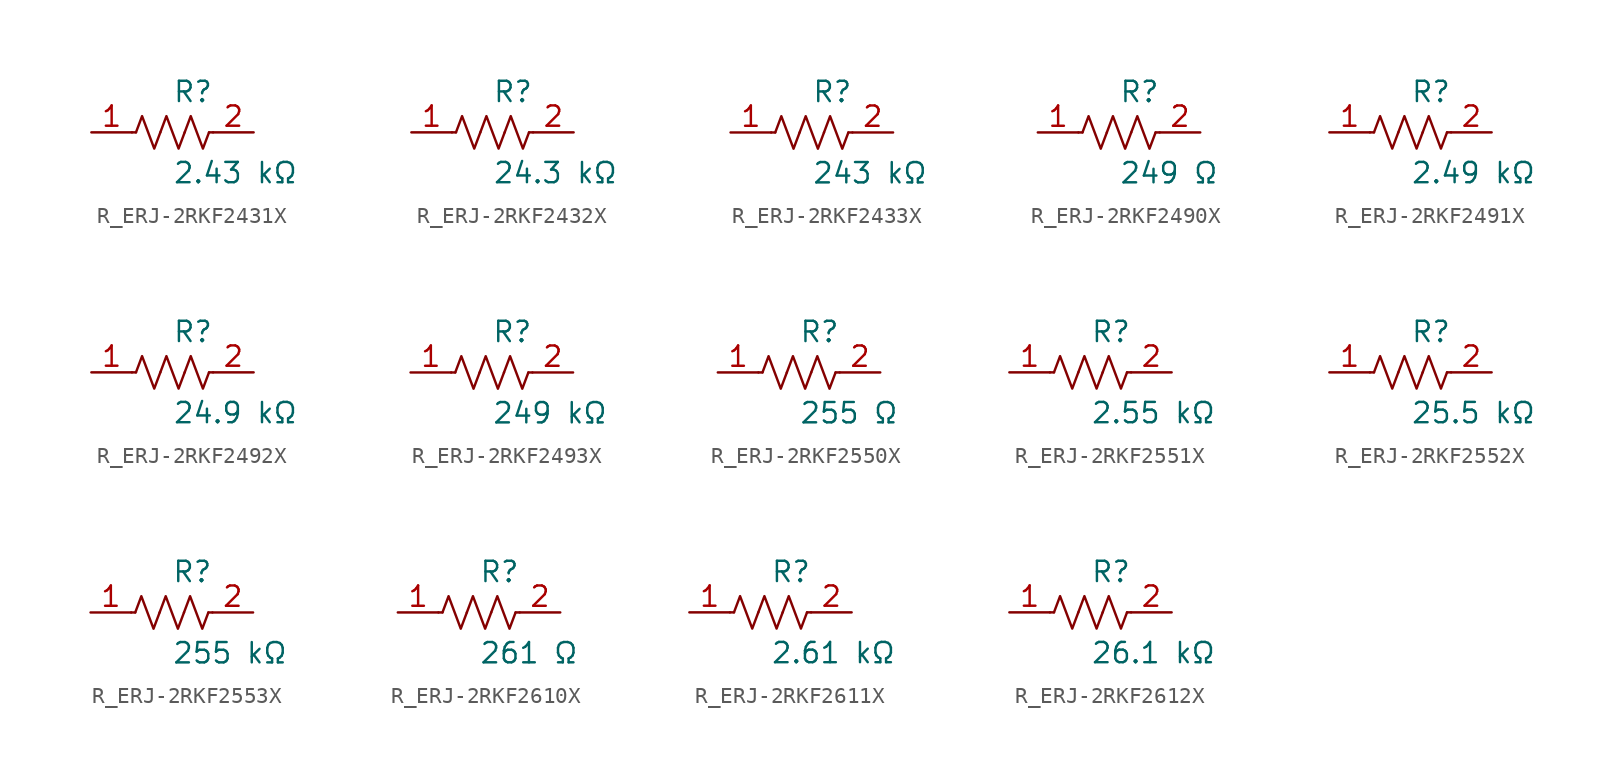
<source format=kicad_sym>
(kicad_symbol_lib
  (version 20231120)
  (generator kicad_symbol_editor)
  (generator_version 8.0)
  (symbol "R_ERJ-2RKF2431X"
    (pin_names
      (offset 0.254))
    (property "Reference" "R"
      (at 0 2.54 0)
      (effects (font (size 1.27 1.27)) (justify left)))
    (property "Value" "2.43 kΩ"
      (at 0 -2.54 0)
      (effects (font (size 1.27 1.27)) (justify left)))
    (symbol "R_ERJ-2RKF2431X_0_1"
      (polyline (pts (xy 2.286 0) (xy 2.54 0)) (stroke (width 0) (type default)) (fill (type none)))
      (polyline (pts (xy -2.286 0) (xy -2.54 0)) (stroke (width 0) (type default)) (fill (type none)))
      (polyline (pts (xy 0.762 0) (xy 1.143 1.016) (xy 1.524 0) (xy 1.905 -1.016) (xy 2.286 0)) (stroke (width 0) (type default)) (fill (type none)))
      (polyline (pts (xy -0.762 0) (xy -0.381 1.016) (xy 0 0) (xy 0.381 -1.016) (xy 0.762 0)) (stroke (width 0) (type default)) (fill (type none)))
      (polyline (pts (xy -2.286 0) (xy -1.905 1.016) (xy -1.524 0) (xy -1.143 -1.016) (xy -0.762 0)) (stroke (width 0) (type default)) (fill (type none))))
    (pin passive line
      (at -5.08 0 0)
      (length 2.54)
      (name "" (effects (font (size 1.27 1.27))))
      (number "1" (effects (font (size 1.27 1.27)))))
    (pin passive line
      (at 5.08 0 180)
      (length 2.54)
      (name "" (effects (font (size 1.27 1.27))))
      (number "2" (effects (font (size 1.27 1.27))))))
  (symbol "R_ERJ-2RKF2432X"
    (pin_names
      (offset 0.254))
    (property "Reference" "R"
      (at 0 2.54 0)
      (effects (font (size 1.27 1.27)) (justify left)))
    (property "Value" "24.3 kΩ"
      (at 0 -2.54 0)
      (effects (font (size 1.27 1.27)) (justify left)))
    (symbol "R_ERJ-2RKF2432X_0_1"
      (polyline (pts (xy 2.286 0) (xy 2.54 0)) (stroke (width 0) (type default)) (fill (type none)))
      (polyline (pts (xy -2.286 0) (xy -2.54 0)) (stroke (width 0) (type default)) (fill (type none)))
      (polyline (pts (xy 0.762 0) (xy 1.143 1.016) (xy 1.524 0) (xy 1.905 -1.016) (xy 2.286 0)) (stroke (width 0) (type default)) (fill (type none)))
      (polyline (pts (xy -0.762 0) (xy -0.381 1.016) (xy 0 0) (xy 0.381 -1.016) (xy 0.762 0)) (stroke (width 0) (type default)) (fill (type none)))
      (polyline (pts (xy -2.286 0) (xy -1.905 1.016) (xy -1.524 0) (xy -1.143 -1.016) (xy -0.762 0)) (stroke (width 0) (type default)) (fill (type none))))
    (pin passive line
      (at -5.08 0 0)
      (length 2.54)
      (name "" (effects (font (size 1.27 1.27))))
      (number "1" (effects (font (size 1.27 1.27)))))
    (pin passive line
      (at 5.08 0 180)
      (length 2.54)
      (name "" (effects (font (size 1.27 1.27))))
      (number "2" (effects (font (size 1.27 1.27))))))
  (symbol "R_ERJ-2RKF2433X"
    (pin_names
      (offset 0.254))
    (property "Reference" "R"
      (at 0 2.54 0)
      (effects (font (size 1.27 1.27)) (justify left)))
    (property "Value" "243 kΩ"
      (at 0 -2.54 0)
      (effects (font (size 1.27 1.27)) (justify left)))
    (symbol "R_ERJ-2RKF2433X_0_1"
      (polyline (pts (xy 2.286 0) (xy 2.54 0)) (stroke (width 0) (type default)) (fill (type none)))
      (polyline (pts (xy -2.286 0) (xy -2.54 0)) (stroke (width 0) (type default)) (fill (type none)))
      (polyline (pts (xy 0.762 0) (xy 1.143 1.016) (xy 1.524 0) (xy 1.905 -1.016) (xy 2.286 0)) (stroke (width 0) (type default)) (fill (type none)))
      (polyline (pts (xy -0.762 0) (xy -0.381 1.016) (xy 0 0) (xy 0.381 -1.016) (xy 0.762 0)) (stroke (width 0) (type default)) (fill (type none)))
      (polyline (pts (xy -2.286 0) (xy -1.905 1.016) (xy -1.524 0) (xy -1.143 -1.016) (xy -0.762 0)) (stroke (width 0) (type default)) (fill (type none))))
    (pin passive line
      (at -5.08 0 0)
      (length 2.54)
      (name "" (effects (font (size 1.27 1.27))))
      (number "1" (effects (font (size 1.27 1.27)))))
    (pin passive line
      (at 5.08 0 180)
      (length 2.54)
      (name "" (effects (font (size 1.27 1.27))))
      (number "2" (effects (font (size 1.27 1.27))))))
  (symbol "R_ERJ-2RKF2490X"
    (pin_names
      (offset 0.254))
    (property "Reference" "R"
      (at 0 2.54 0)
      (effects (font (size 1.27 1.27)) (justify left)))
    (property "Value" "249 Ω"
      (at 0 -2.54 0)
      (effects (font (size 1.27 1.27)) (justify left)))
    (symbol "R_ERJ-2RKF2490X_0_1"
      (polyline (pts (xy 2.286 0) (xy 2.54 0)) (stroke (width 0) (type default)) (fill (type none)))
      (polyline (pts (xy -2.286 0) (xy -2.54 0)) (stroke (width 0) (type default)) (fill (type none)))
      (polyline (pts (xy 0.762 0) (xy 1.143 1.016) (xy 1.524 0) (xy 1.905 -1.016) (xy 2.286 0)) (stroke (width 0) (type default)) (fill (type none)))
      (polyline (pts (xy -0.762 0) (xy -0.381 1.016) (xy 0 0) (xy 0.381 -1.016) (xy 0.762 0)) (stroke (width 0) (type default)) (fill (type none)))
      (polyline (pts (xy -2.286 0) (xy -1.905 1.016) (xy -1.524 0) (xy -1.143 -1.016) (xy -0.762 0)) (stroke (width 0) (type default)) (fill (type none))))
    (pin passive line
      (at -5.08 0 0)
      (length 2.54)
      (name "" (effects (font (size 1.27 1.27))))
      (number "1" (effects (font (size 1.27 1.27)))))
    (pin passive line
      (at 5.08 0 180)
      (length 2.54)
      (name "" (effects (font (size 1.27 1.27))))
      (number "2" (effects (font (size 1.27 1.27))))))
  (symbol "R_ERJ-2RKF2491X"
    (pin_names
      (offset 0.254))
    (property "Reference" "R"
      (at 0 2.54 0)
      (effects (font (size 1.27 1.27)) (justify left)))
    (property "Value" "2.49 kΩ"
      (at 0 -2.54 0)
      (effects (font (size 1.27 1.27)) (justify left)))
    (symbol "R_ERJ-2RKF2491X_0_1"
      (polyline (pts (xy 2.286 0) (xy 2.54 0)) (stroke (width 0) (type default)) (fill (type none)))
      (polyline (pts (xy -2.286 0) (xy -2.54 0)) (stroke (width 0) (type default)) (fill (type none)))
      (polyline (pts (xy 0.762 0) (xy 1.143 1.016) (xy 1.524 0) (xy 1.905 -1.016) (xy 2.286 0)) (stroke (width 0) (type default)) (fill (type none)))
      (polyline (pts (xy -0.762 0) (xy -0.381 1.016) (xy 0 0) (xy 0.381 -1.016) (xy 0.762 0)) (stroke (width 0) (type default)) (fill (type none)))
      (polyline (pts (xy -2.286 0) (xy -1.905 1.016) (xy -1.524 0) (xy -1.143 -1.016) (xy -0.762 0)) (stroke (width 0) (type default)) (fill (type none))))
    (pin passive line
      (at -5.08 0 0)
      (length 2.54)
      (name "" (effects (font (size 1.27 1.27))))
      (number "1" (effects (font (size 1.27 1.27)))))
    (pin passive line
      (at 5.08 0 180)
      (length 2.54)
      (name "" (effects (font (size 1.27 1.27))))
      (number "2" (effects (font (size 1.27 1.27))))))
  (symbol "R_ERJ-2RKF2492X"
    (pin_names
      (offset 0.254))
    (property "Reference" "R"
      (at 0 2.54 0)
      (effects (font (size 1.27 1.27)) (justify left)))
    (property "Value" "24.9 kΩ"
      (at 0 -2.54 0)
      (effects (font (size 1.27 1.27)) (justify left)))
    (symbol "R_ERJ-2RKF2492X_0_1"
      (polyline (pts (xy 2.286 0) (xy 2.54 0)) (stroke (width 0) (type default)) (fill (type none)))
      (polyline (pts (xy -2.286 0) (xy -2.54 0)) (stroke (width 0) (type default)) (fill (type none)))
      (polyline (pts (xy 0.762 0) (xy 1.143 1.016) (xy 1.524 0) (xy 1.905 -1.016) (xy 2.286 0)) (stroke (width 0) (type default)) (fill (type none)))
      (polyline (pts (xy -0.762 0) (xy -0.381 1.016) (xy 0 0) (xy 0.381 -1.016) (xy 0.762 0)) (stroke (width 0) (type default)) (fill (type none)))
      (polyline (pts (xy -2.286 0) (xy -1.905 1.016) (xy -1.524 0) (xy -1.143 -1.016) (xy -0.762 0)) (stroke (width 0) (type default)) (fill (type none))))
    (pin passive line
      (at -5.08 0 0)
      (length 2.54)
      (name "" (effects (font (size 1.27 1.27))))
      (number "1" (effects (font (size 1.27 1.27)))))
    (pin passive line
      (at 5.08 0 180)
      (length 2.54)
      (name "" (effects (font (size 1.27 1.27))))
      (number "2" (effects (font (size 1.27 1.27))))))
  (symbol "R_ERJ-2RKF2493X"
    (pin_names
      (offset 0.254))
    (property "Reference" "R"
      (at 0 2.54 0)
      (effects (font (size 1.27 1.27)) (justify left)))
    (property "Value" "249 kΩ"
      (at 0 -2.54 0)
      (effects (font (size 1.27 1.27)) (justify left)))
    (symbol "R_ERJ-2RKF2493X_0_1"
      (polyline (pts (xy 2.286 0) (xy 2.54 0)) (stroke (width 0) (type default)) (fill (type none)))
      (polyline (pts (xy -2.286 0) (xy -2.54 0)) (stroke (width 0) (type default)) (fill (type none)))
      (polyline (pts (xy 0.762 0) (xy 1.143 1.016) (xy 1.524 0) (xy 1.905 -1.016) (xy 2.286 0)) (stroke (width 0) (type default)) (fill (type none)))
      (polyline (pts (xy -0.762 0) (xy -0.381 1.016) (xy 0 0) (xy 0.381 -1.016) (xy 0.762 0)) (stroke (width 0) (type default)) (fill (type none)))
      (polyline (pts (xy -2.286 0) (xy -1.905 1.016) (xy -1.524 0) (xy -1.143 -1.016) (xy -0.762 0)) (stroke (width 0) (type default)) (fill (type none))))
    (pin passive line
      (at -5.08 0 0)
      (length 2.54)
      (name "" (effects (font (size 1.27 1.27))))
      (number "1" (effects (font (size 1.27 1.27)))))
    (pin passive line
      (at 5.08 0 180)
      (length 2.54)
      (name "" (effects (font (size 1.27 1.27))))
      (number "2" (effects (font (size 1.27 1.27))))))
  (symbol "R_ERJ-2RKF2550X"
    (pin_names
      (offset 0.254))
    (property "Reference" "R"
      (at 0 2.54 0)
      (effects (font (size 1.27 1.27)) (justify left)))
    (property "Value" "255 Ω"
      (at 0 -2.54 0)
      (effects (font (size 1.27 1.27)) (justify left)))
    (symbol "R_ERJ-2RKF2550X_0_1"
      (polyline (pts (xy 2.286 0) (xy 2.54 0)) (stroke (width 0) (type default)) (fill (type none)))
      (polyline (pts (xy -2.286 0) (xy -2.54 0)) (stroke (width 0) (type default)) (fill (type none)))
      (polyline (pts (xy 0.762 0) (xy 1.143 1.016) (xy 1.524 0) (xy 1.905 -1.016) (xy 2.286 0)) (stroke (width 0) (type default)) (fill (type none)))
      (polyline (pts (xy -0.762 0) (xy -0.381 1.016) (xy 0 0) (xy 0.381 -1.016) (xy 0.762 0)) (stroke (width 0) (type default)) (fill (type none)))
      (polyline (pts (xy -2.286 0) (xy -1.905 1.016) (xy -1.524 0) (xy -1.143 -1.016) (xy -0.762 0)) (stroke (width 0) (type default)) (fill (type none))))
    (pin passive line
      (at -5.08 0 0)
      (length 2.54)
      (name "" (effects (font (size 1.27 1.27))))
      (number "1" (effects (font (size 1.27 1.27)))))
    (pin passive line
      (at 5.08 0 180)
      (length 2.54)
      (name "" (effects (font (size 1.27 1.27))))
      (number "2" (effects (font (size 1.27 1.27))))))
  (symbol "R_ERJ-2RKF2551X"
    (pin_names
      (offset 0.254))
    (property "Reference" "R"
      (at 0 2.54 0)
      (effects (font (size 1.27 1.27)) (justify left)))
    (property "Value" "2.55 kΩ"
      (at 0 -2.54 0)
      (effects (font (size 1.27 1.27)) (justify left)))
    (symbol "R_ERJ-2RKF2551X_0_1"
      (polyline (pts (xy 2.286 0) (xy 2.54 0)) (stroke (width 0) (type default)) (fill (type none)))
      (polyline (pts (xy -2.286 0) (xy -2.54 0)) (stroke (width 0) (type default)) (fill (type none)))
      (polyline (pts (xy 0.762 0) (xy 1.143 1.016) (xy 1.524 0) (xy 1.905 -1.016) (xy 2.286 0)) (stroke (width 0) (type default)) (fill (type none)))
      (polyline (pts (xy -0.762 0) (xy -0.381 1.016) (xy 0 0) (xy 0.381 -1.016) (xy 0.762 0)) (stroke (width 0) (type default)) (fill (type none)))
      (polyline (pts (xy -2.286 0) (xy -1.905 1.016) (xy -1.524 0) (xy -1.143 -1.016) (xy -0.762 0)) (stroke (width 0) (type default)) (fill (type none))))
    (pin passive line
      (at -5.08 0 0)
      (length 2.54)
      (name "" (effects (font (size 1.27 1.27))))
      (number "1" (effects (font (size 1.27 1.27)))))
    (pin passive line
      (at 5.08 0 180)
      (length 2.54)
      (name "" (effects (font (size 1.27 1.27))))
      (number "2" (effects (font (size 1.27 1.27))))))
  (symbol "R_ERJ-2RKF2552X"
    (pin_names
      (offset 0.254))
    (property "Reference" "R"
      (at 0 2.54 0)
      (effects (font (size 1.27 1.27)) (justify left)))
    (property "Value" "25.5 kΩ"
      (at 0 -2.54 0)
      (effects (font (size 1.27 1.27)) (justify left)))
    (symbol "R_ERJ-2RKF2552X_0_1"
      (polyline (pts (xy 2.286 0) (xy 2.54 0)) (stroke (width 0) (type default)) (fill (type none)))
      (polyline (pts (xy -2.286 0) (xy -2.54 0)) (stroke (width 0) (type default)) (fill (type none)))
      (polyline (pts (xy 0.762 0) (xy 1.143 1.016) (xy 1.524 0) (xy 1.905 -1.016) (xy 2.286 0)) (stroke (width 0) (type default)) (fill (type none)))
      (polyline (pts (xy -0.762 0) (xy -0.381 1.016) (xy 0 0) (xy 0.381 -1.016) (xy 0.762 0)) (stroke (width 0) (type default)) (fill (type none)))
      (polyline (pts (xy -2.286 0) (xy -1.905 1.016) (xy -1.524 0) (xy -1.143 -1.016) (xy -0.762 0)) (stroke (width 0) (type default)) (fill (type none))))
    (pin passive line
      (at -5.08 0 0)
      (length 2.54)
      (name "" (effects (font (size 1.27 1.27))))
      (number "1" (effects (font (size 1.27 1.27)))))
    (pin passive line
      (at 5.08 0 180)
      (length 2.54)
      (name "" (effects (font (size 1.27 1.27))))
      (number "2" (effects (font (size 1.27 1.27))))))
  (symbol "R_ERJ-2RKF2553X"
    (pin_names
      (offset 0.254))
    (property "Reference" "R"
      (at 0 2.54 0)
      (effects (font (size 1.27 1.27)) (justify left)))
    (property "Value" "255 kΩ"
      (at 0 -2.54 0)
      (effects (font (size 1.27 1.27)) (justify left)))
    (symbol "R_ERJ-2RKF2553X_0_1"
      (polyline (pts (xy 2.286 0) (xy 2.54 0)) (stroke (width 0) (type default)) (fill (type none)))
      (polyline (pts (xy -2.286 0) (xy -2.54 0)) (stroke (width 0) (type default)) (fill (type none)))
      (polyline (pts (xy 0.762 0) (xy 1.143 1.016) (xy 1.524 0) (xy 1.905 -1.016) (xy 2.286 0)) (stroke (width 0) (type default)) (fill (type none)))
      (polyline (pts (xy -0.762 0) (xy -0.381 1.016) (xy 0 0) (xy 0.381 -1.016) (xy 0.762 0)) (stroke (width 0) (type default)) (fill (type none)))
      (polyline (pts (xy -2.286 0) (xy -1.905 1.016) (xy -1.524 0) (xy -1.143 -1.016) (xy -0.762 0)) (stroke (width 0) (type default)) (fill (type none))))
    (pin passive line
      (at -5.08 0 0)
      (length 2.54)
      (name "" (effects (font (size 1.27 1.27))))
      (number "1" (effects (font (size 1.27 1.27)))))
    (pin passive line
      (at 5.08 0 180)
      (length 2.54)
      (name "" (effects (font (size 1.27 1.27))))
      (number "2" (effects (font (size 1.27 1.27))))))
  (symbol "R_ERJ-2RKF2610X"
    (pin_names
      (offset 0.254))
    (property "Reference" "R"
      (at 0 2.54 0)
      (effects (font (size 1.27 1.27)) (justify left)))
    (property "Value" "261 Ω"
      (at 0 -2.54 0)
      (effects (font (size 1.27 1.27)) (justify left)))
    (symbol "R_ERJ-2RKF2610X_0_1"
      (polyline (pts (xy 2.286 0) (xy 2.54 0)) (stroke (width 0) (type default)) (fill (type none)))
      (polyline (pts (xy -2.286 0) (xy -2.54 0)) (stroke (width 0) (type default)) (fill (type none)))
      (polyline (pts (xy 0.762 0) (xy 1.143 1.016) (xy 1.524 0) (xy 1.905 -1.016) (xy 2.286 0)) (stroke (width 0) (type default)) (fill (type none)))
      (polyline (pts (xy -0.762 0) (xy -0.381 1.016) (xy 0 0) (xy 0.381 -1.016) (xy 0.762 0)) (stroke (width 0) (type default)) (fill (type none)))
      (polyline (pts (xy -2.286 0) (xy -1.905 1.016) (xy -1.524 0) (xy -1.143 -1.016) (xy -0.762 0)) (stroke (width 0) (type default)) (fill (type none))))
    (pin passive line
      (at -5.08 0 0)
      (length 2.54)
      (name "" (effects (font (size 1.27 1.27))))
      (number "1" (effects (font (size 1.27 1.27)))))
    (pin passive line
      (at 5.08 0 180)
      (length 2.54)
      (name "" (effects (font (size 1.27 1.27))))
      (number "2" (effects (font (size 1.27 1.27))))))
  (symbol "R_ERJ-2RKF2611X"
    (pin_names
      (offset 0.254))
    (property "Reference" "R"
      (at 0 2.54 0)
      (effects (font (size 1.27 1.27)) (justify left)))
    (property "Value" "2.61 kΩ"
      (at 0 -2.54 0)
      (effects (font (size 1.27 1.27)) (justify left)))
    (symbol "R_ERJ-2RKF2611X_0_1"
      (polyline (pts (xy 2.286 0) (xy 2.54 0)) (stroke (width 0) (type default)) (fill (type none)))
      (polyline (pts (xy -2.286 0) (xy -2.54 0)) (stroke (width 0) (type default)) (fill (type none)))
      (polyline (pts (xy 0.762 0) (xy 1.143 1.016) (xy 1.524 0) (xy 1.905 -1.016) (xy 2.286 0)) (stroke (width 0) (type default)) (fill (type none)))
      (polyline (pts (xy -0.762 0) (xy -0.381 1.016) (xy 0 0) (xy 0.381 -1.016) (xy 0.762 0)) (stroke (width 0) (type default)) (fill (type none)))
      (polyline (pts (xy -2.286 0) (xy -1.905 1.016) (xy -1.524 0) (xy -1.143 -1.016) (xy -0.762 0)) (stroke (width 0) (type default)) (fill (type none))))
    (pin passive line
      (at -5.08 0 0)
      (length 2.54)
      (name "" (effects (font (size 1.27 1.27))))
      (number "1" (effects (font (size 1.27 1.27)))))
    (pin passive line
      (at 5.08 0 180)
      (length 2.54)
      (name "" (effects (font (size 1.27 1.27))))
      (number "2" (effects (font (size 1.27 1.27))))))
  (symbol "R_ERJ-2RKF2612X"
    (pin_names
      (offset 0.254))
    (property "Reference" "R"
      (at 0 2.54 0)
      (effects (font (size 1.27 1.27)) (justify left)))
    (property "Value" "26.1 kΩ"
      (at 0 -2.54 0)
      (effects (font (size 1.27 1.27)) (justify left)))
    (symbol "R_ERJ-2RKF2612X_0_1"
      (polyline (pts (xy 2.286 0) (xy 2.54 0)) (stroke (width 0) (type default)) (fill (type none)))
      (polyline (pts (xy -2.286 0) (xy -2.54 0)) (stroke (width 0) (type default)) (fill (type none)))
      (polyline (pts (xy 0.762 0) (xy 1.143 1.016) (xy 1.524 0) (xy 1.905 -1.016) (xy 2.286 0)) (stroke (width 0) (type default)) (fill (type none)))
      (polyline (pts (xy -0.762 0) (xy -0.381 1.016) (xy 0 0) (xy 0.381 -1.016) (xy 0.762 0)) (stroke (width 0) (type default)) (fill (type none)))
      (polyline (pts (xy -2.286 0) (xy -1.905 1.016) (xy -1.524 0) (xy -1.143 -1.016) (xy -0.762 0)) (stroke (width 0) (type default)) (fill (type none))))
    (pin passive line
      (at -5.08 0 0)
      (length 2.54)
      (name "" (effects (font (size 1.27 1.27))))
      (number "1" (effects (font (size 1.27 1.27)))))
    (pin passive line
      (at 5.08 0 180)
      (length 2.54)
      (name "" (effects (font (size 1.27 1.27))))
      (number "2" (effects (font (size 1.27 1.27)))))))
</source>
